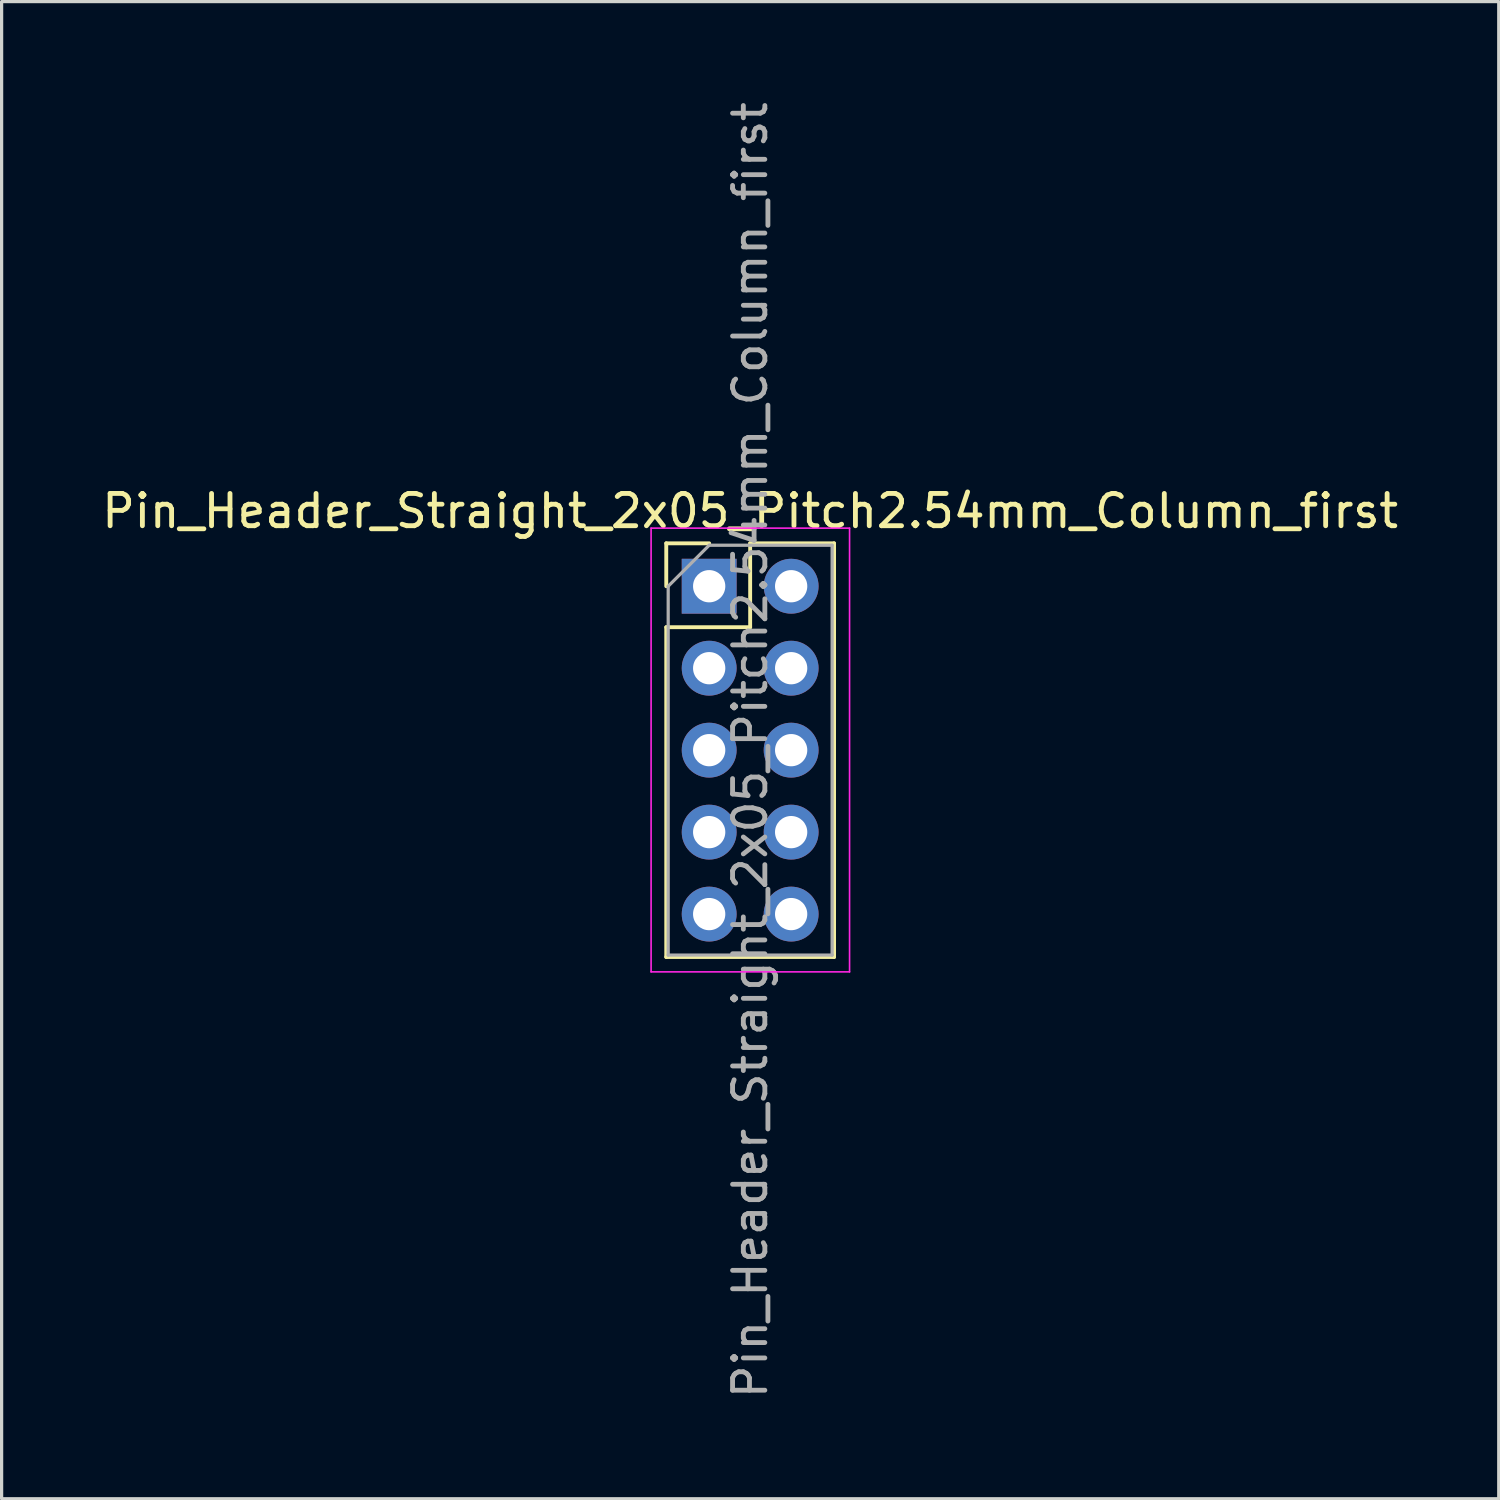
<source format=kicad_pcb>
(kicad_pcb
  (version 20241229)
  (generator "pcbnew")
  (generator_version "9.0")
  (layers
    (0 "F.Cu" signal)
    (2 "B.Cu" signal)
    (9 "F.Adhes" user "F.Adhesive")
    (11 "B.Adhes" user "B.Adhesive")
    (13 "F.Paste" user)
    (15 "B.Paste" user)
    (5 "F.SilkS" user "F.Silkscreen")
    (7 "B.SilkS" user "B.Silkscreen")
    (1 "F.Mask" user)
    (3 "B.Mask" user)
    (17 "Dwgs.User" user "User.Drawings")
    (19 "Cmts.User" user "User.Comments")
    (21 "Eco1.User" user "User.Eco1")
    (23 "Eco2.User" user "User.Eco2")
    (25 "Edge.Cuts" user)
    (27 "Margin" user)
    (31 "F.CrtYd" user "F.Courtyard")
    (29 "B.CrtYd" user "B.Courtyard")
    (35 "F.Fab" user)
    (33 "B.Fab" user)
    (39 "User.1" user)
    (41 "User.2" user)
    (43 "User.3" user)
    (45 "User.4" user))
  (footprint "Pin_Header_Straight_2x05_Pitch2.54mm_Column_first"
    (layer "F.Cu")
    (at 18.926 15.116)
    (property "Reference" "Pin_Header_Straight_2x05_Pitch2.54mm_Column_first" (at 1.27 -2.33 0) (layer "F.SilkS") (effects (font (size 1 1) (thickness 0.15))))
    (attr through_hole)
    (fp_line (start -1.33 -1.33) (end 0 -1.33) (stroke (width 0.12) (type solid)) (layer "F.SilkS"))
    (fp_line (start -1.33 0) (end -1.33 -1.33) (stroke (width 0.12) (type solid)) (layer "F.SilkS"))
    (fp_line (start -1.33 1.27) (end -1.33 11.49) (stroke (width 0.12) (type solid)) (layer "F.SilkS"))
    (fp_line (start -1.33 1.27) (end 1.27 1.27) (stroke (width 0.12) (type solid)) (layer "F.SilkS"))
    (fp_line (start -1.33 11.49) (end 3.87 11.49) (stroke (width 0.12) (type solid)) (layer "F.SilkS"))
    (fp_line (start 1.27 -1.33) (end 3.87 -1.33) (stroke (width 0.12) (type solid)) (layer "F.SilkS"))
    (fp_line (start 1.27 1.27) (end 1.27 -1.33) (stroke (width 0.12) (type solid)) (layer "F.SilkS"))
    (fp_line (start 3.87 -1.33) (end 3.87 11.49) (stroke (width 0.12) (type solid)) (layer "F.SilkS"))
    (fp_line (start -1.8 -1.8) (end -1.8 11.95) (stroke (width 0.05) (type solid)) (layer "F.CrtYd"))
    (fp_line (start -1.8 11.95) (end 4.35 11.95) (stroke (width 0.05) (type solid)) (layer "F.CrtYd"))
    (fp_line (start 4.35 -1.8) (end -1.8 -1.8) (stroke (width 0.05) (type solid)) (layer "F.CrtYd"))
    (fp_line (start 4.35 11.95) (end 4.35 -1.8) (stroke (width 0.05) (type solid)) (layer "F.CrtYd"))
    (fp_line (start -1.27 0) (end 0 -1.27) (stroke (width 0.1) (type solid)) (layer "F.Fab"))
    (fp_line (start -1.27 11.43) (end -1.27 0) (stroke (width 0.1) (type solid)) (layer "F.Fab"))
    (fp_line (start 0 -1.27) (end 3.81 -1.27) (stroke (width 0.1) (type solid)) (layer "F.Fab"))
    (fp_line (start 3.81 -1.27) (end 3.81 11.43) (stroke (width 0.1) (type solid)) (layer "F.Fab"))
    (fp_line (start 3.81 11.43) (end -1.27 11.43) (stroke (width 0.1) (type solid)) (layer "F.Fab"))
    (fp_text user "${REFERENCE}" (at 1.27 5.08 90) (layer "F.Fab") (effects (font (size 1 1) (thickness 0.15))))
    (pad "1" thru_hole rect (at 0 0) (size 1.7 1.7) (drill 1) (layers "*.Cu" "*.Mask"))
    (pad "2" thru_hole oval (at 0 2.54) (size 1.7 1.7) (drill 1) (layers "*.Cu" "*.Mask"))
    (pad "3" thru_hole oval (at 0 5.08) (size 1.7 1.7) (drill 1) (layers "*.Cu" "*.Mask"))
    (pad "4" thru_hole oval (at 0 7.62) (size 1.7 1.7) (drill 1) (layers "*.Cu" "*.Mask"))
    (pad "5" thru_hole oval (at 0 10.16) (size 1.7 1.7) (drill 1) (layers "*.Cu" "*.Mask"))
    (pad "6" thru_hole oval (at 2.54 0) (size 1.7 1.7) (drill 1) (layers "*.Cu" "*.Mask"))
    (pad "7" thru_hole oval (at 2.54 2.54) (size 1.7 1.7) (drill 1) (layers "*.Cu" "*.Mask"))
    (pad "8" thru_hole oval (at 2.54 5.08) (size 1.7 1.7) (drill 1) (layers "*.Cu" "*.Mask"))
    (pad "9" thru_hole oval (at 2.54 7.62) (size 1.7 1.7) (drill 1) (layers "*.Cu" "*.Mask"))
    (pad "10" thru_hole oval (at 2.54 10.16) (size 1.7 1.7) (drill 1) (layers "*.Cu" "*.Mask")))
  (gr_rect
    (start -3 -3)
    (end 43.393 43.393)
    (stroke (width 0.1) (type default))
    (fill no)
    (layer "Edge.Cuts")))
</source>
